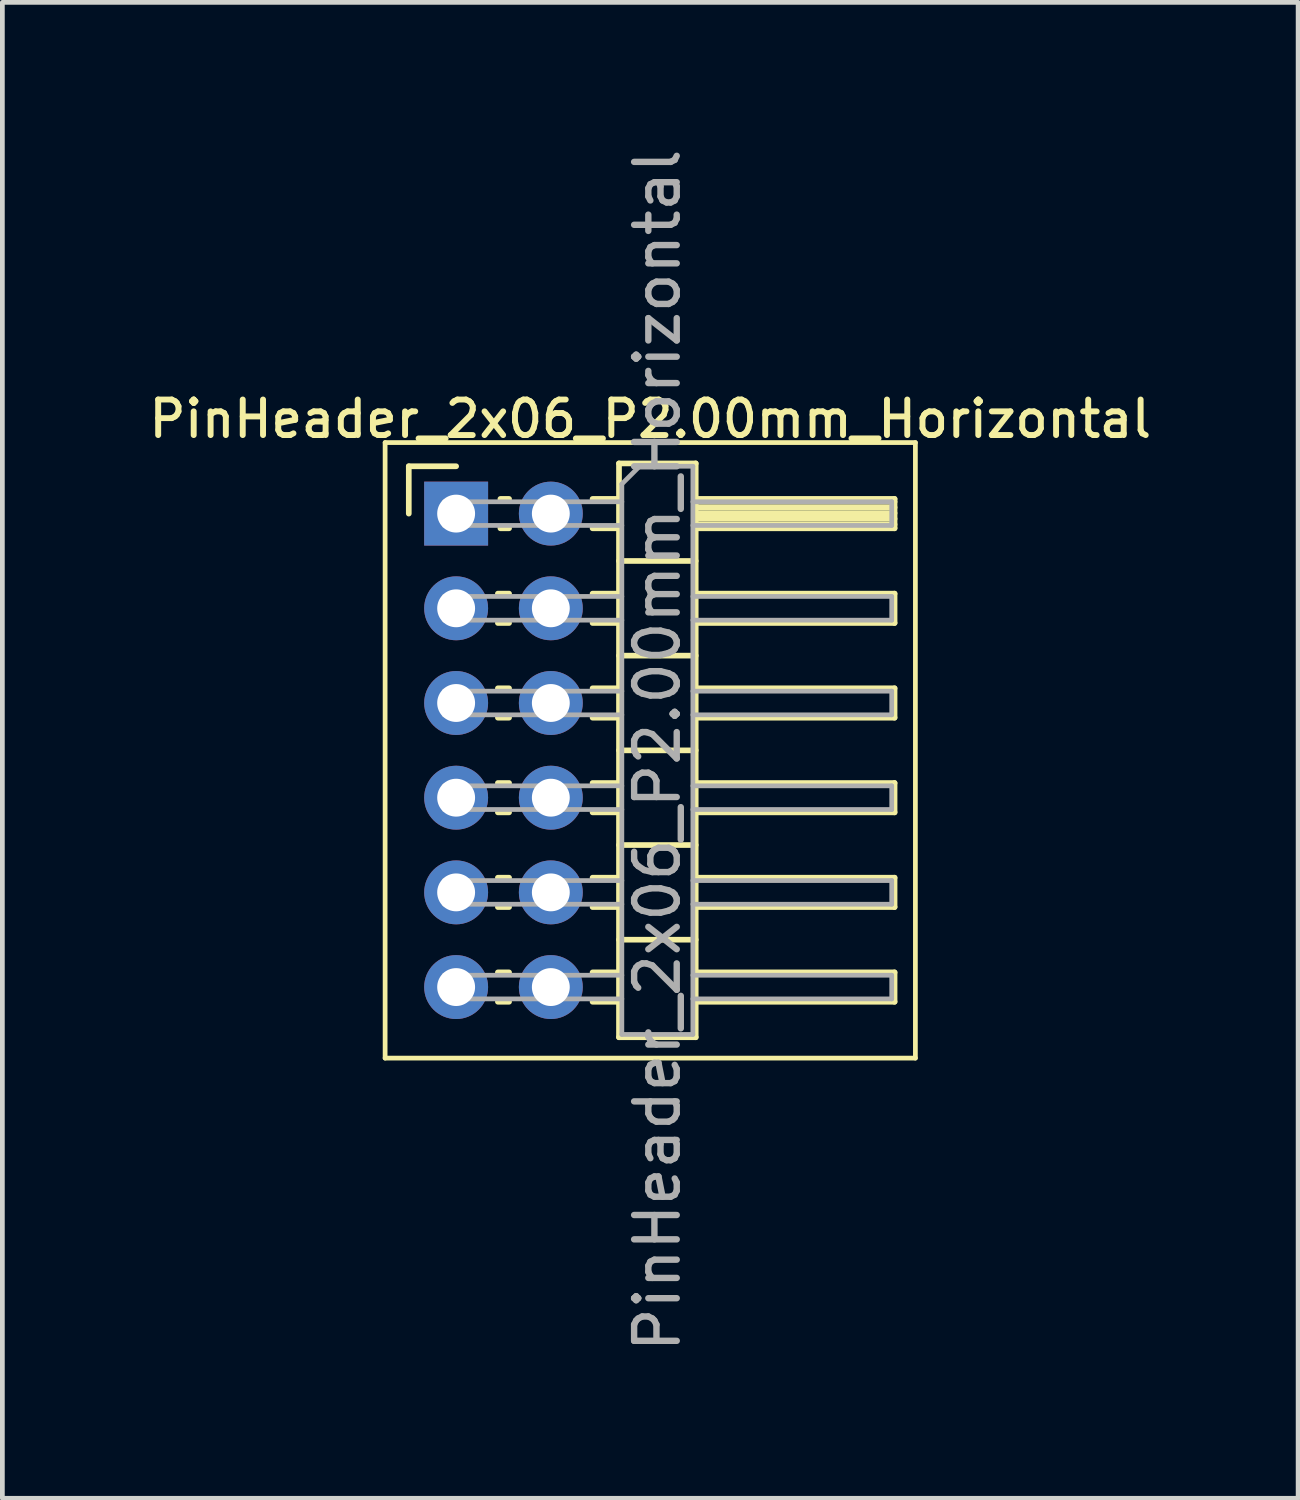
<source format=kicad_pcb>
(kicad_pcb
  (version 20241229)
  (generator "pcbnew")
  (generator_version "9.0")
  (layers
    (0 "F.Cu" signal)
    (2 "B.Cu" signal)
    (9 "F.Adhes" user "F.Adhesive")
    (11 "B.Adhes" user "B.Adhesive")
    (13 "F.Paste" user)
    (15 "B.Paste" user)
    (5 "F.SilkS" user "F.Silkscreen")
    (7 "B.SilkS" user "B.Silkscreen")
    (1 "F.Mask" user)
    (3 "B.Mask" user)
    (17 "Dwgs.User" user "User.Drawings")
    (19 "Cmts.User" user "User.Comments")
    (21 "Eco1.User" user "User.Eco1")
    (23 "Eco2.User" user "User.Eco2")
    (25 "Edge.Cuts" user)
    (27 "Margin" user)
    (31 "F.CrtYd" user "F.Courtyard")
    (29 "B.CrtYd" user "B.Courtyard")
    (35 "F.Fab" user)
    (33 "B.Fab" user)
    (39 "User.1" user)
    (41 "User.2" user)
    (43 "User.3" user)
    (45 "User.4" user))
  (footprint "PinHeader_2x06_P2.00mm_Horizontal"
    (layer "F.Cu")
    (at 6.584 7.798)
    (property "Reference" "PinHeader_2x06_P2.00mm_Horizontal" (at 4.1 -2 0) (layer "F.SilkS") (effects (font (size 0.75 0.75) (thickness 0.125))))
    (attr through_hole)
    (fp_line (start -1.5 -1.5) (end -1.5 11.5) (stroke (width 0.1) (type solid)) (layer "F.SilkS"))
    (fp_line (start -1.5 11.5) (end 9.7 11.5) (stroke (width 0.1) (type solid)) (layer "F.SilkS"))
    (fp_line (start -1 -1) (end 0 -1) (stroke (width 0.12) (type solid)) (layer "F.SilkS"))
    (fp_line (start -1 0) (end -1 -1) (stroke (width 0.12) (type solid)) (layer "F.SilkS"))
    (fp_line (start 0.882 1.69) (end 1.118 1.69) (stroke (width 0.12) (type solid)) (layer "F.SilkS"))
    (fp_line (start 0.882 2.31) (end 1.118 2.31) (stroke (width 0.12) (type solid)) (layer "F.SilkS"))
    (fp_line (start 0.882 3.69) (end 1.118 3.69) (stroke (width 0.12) (type solid)) (layer "F.SilkS"))
    (fp_line (start 0.882 4.31) (end 1.118 4.31) (stroke (width 0.12) (type solid)) (layer "F.SilkS"))
    (fp_line (start 0.882 5.69) (end 1.118 5.69) (stroke (width 0.12) (type solid)) (layer "F.SilkS"))
    (fp_line (start 0.882 6.31) (end 1.118 6.31) (stroke (width 0.12) (type solid)) (layer "F.SilkS"))
    (fp_line (start 0.882 7.69) (end 1.118 7.69) (stroke (width 0.12) (type solid)) (layer "F.SilkS"))
    (fp_line (start 0.882 8.31) (end 1.118 8.31) (stroke (width 0.12) (type solid)) (layer "F.SilkS"))
    (fp_line (start 0.882 9.69) (end 1.118 9.69) (stroke (width 0.12) (type solid)) (layer "F.SilkS"))
    (fp_line (start 0.882 10.31) (end 1.118 10.31) (stroke (width 0.12) (type solid)) (layer "F.SilkS"))
    (fp_line (start 0.935 -0.31) (end 1.118 -0.31) (stroke (width 0.12) (type solid)) (layer "F.SilkS"))
    (fp_line (start 0.935 0.31) (end 1.118 0.31) (stroke (width 0.12) (type solid)) (layer "F.SilkS"))
    (fp_line (start 2.882 -0.31) (end 3.44 -0.31) (stroke (width 0.12) (type solid)) (layer "F.SilkS"))
    (fp_line (start 2.882 0.31) (end 3.44 0.31) (stroke (width 0.12) (type solid)) (layer "F.SilkS"))
    (fp_line (start 2.882 1.69) (end 3.44 1.69) (stroke (width 0.12) (type solid)) (layer "F.SilkS"))
    (fp_line (start 2.882 2.31) (end 3.44 2.31) (stroke (width 0.12) (type solid)) (layer "F.SilkS"))
    (fp_line (start 2.882 3.69) (end 3.44 3.69) (stroke (width 0.12) (type solid)) (layer "F.SilkS"))
    (fp_line (start 2.882 4.31) (end 3.44 4.31) (stroke (width 0.12) (type solid)) (layer "F.SilkS"))
    (fp_line (start 2.882 5.69) (end 3.44 5.69) (stroke (width 0.12) (type solid)) (layer "F.SilkS"))
    (fp_line (start 2.882 6.31) (end 3.44 6.31) (stroke (width 0.12) (type solid)) (layer "F.SilkS"))
    (fp_line (start 2.882 7.69) (end 3.44 7.69) (stroke (width 0.12) (type solid)) (layer "F.SilkS"))
    (fp_line (start 2.882 8.31) (end 3.44 8.31) (stroke (width 0.12) (type solid)) (layer "F.SilkS"))
    (fp_line (start 2.882 9.69) (end 3.44 9.69) (stroke (width 0.12) (type solid)) (layer "F.SilkS"))
    (fp_line (start 2.882 10.31) (end 3.44 10.31) (stroke (width 0.12) (type solid)) (layer "F.SilkS"))
    (fp_line (start 3.44 -1.06) (end 3.44 11.06) (stroke (width 0.12) (type solid)) (layer "F.SilkS"))
    (fp_line (start 3.44 1) (end 5.06 1) (stroke (width 0.12) (type solid)) (layer "F.SilkS"))
    (fp_line (start 3.44 3) (end 5.06 3) (stroke (width 0.12) (type solid)) (layer "F.SilkS"))
    (fp_line (start 3.44 5) (end 5.06 5) (stroke (width 0.12) (type solid)) (layer "F.SilkS"))
    (fp_line (start 3.44 7) (end 5.06 7) (stroke (width 0.12) (type solid)) (layer "F.SilkS"))
    (fp_line (start 3.44 9) (end 5.06 9) (stroke (width 0.12) (type solid)) (layer "F.SilkS"))
    (fp_line (start 3.44 11.06) (end 5.06 11.06) (stroke (width 0.12) (type solid)) (layer "F.SilkS"))
    (fp_line (start 5.06 -1.06) (end 3.44 -1.06) (stroke (width 0.12) (type solid)) (layer "F.SilkS"))
    (fp_line (start 5.06 -0.31) (end 9.26 -0.31) (stroke (width 0.12) (type solid)) (layer "F.SilkS"))
    (fp_line (start 5.06 -0.25) (end 9.26 -0.25) (stroke (width 0.12) (type solid)) (layer "F.SilkS"))
    (fp_line (start 5.06 -0.13) (end 9.26 -0.13) (stroke (width 0.12) (type solid)) (layer "F.SilkS"))
    (fp_line (start 5.06 -0.01) (end 9.26 -0.01) (stroke (width 0.12) (type solid)) (layer "F.SilkS"))
    (fp_line (start 5.06 0.11) (end 9.26 0.11) (stroke (width 0.12) (type solid)) (layer "F.SilkS"))
    (fp_line (start 5.06 0.23) (end 9.26 0.23) (stroke (width 0.12) (type solid)) (layer "F.SilkS"))
    (fp_line (start 5.06 1.69) (end 9.26 1.69) (stroke (width 0.12) (type solid)) (layer "F.SilkS"))
    (fp_line (start 5.06 3.69) (end 9.26 3.69) (stroke (width 0.12) (type solid)) (layer "F.SilkS"))
    (fp_line (start 5.06 5.69) (end 9.26 5.69) (stroke (width 0.12) (type solid)) (layer "F.SilkS"))
    (fp_line (start 5.06 7.69) (end 9.26 7.69) (stroke (width 0.12) (type solid)) (layer "F.SilkS"))
    (fp_line (start 5.06 9.69) (end 9.26 9.69) (stroke (width 0.12) (type solid)) (layer "F.SilkS"))
    (fp_line (start 5.06 11.06) (end 5.06 -1.06) (stroke (width 0.12) (type solid)) (layer "F.SilkS"))
    (fp_line (start 9.26 -0.31) (end 9.26 0.31) (stroke (width 0.12) (type solid)) (layer "F.SilkS"))
    (fp_line (start 9.26 0.31) (end 5.06 0.31) (stroke (width 0.12) (type solid)) (layer "F.SilkS"))
    (fp_line (start 9.26 1.69) (end 9.26 2.31) (stroke (width 0.12) (type solid)) (layer "F.SilkS"))
    (fp_line (start 9.26 2.31) (end 5.06 2.31) (stroke (width 0.12) (type solid)) (layer "F.SilkS"))
    (fp_line (start 9.26 3.69) (end 9.26 4.31) (stroke (width 0.12) (type solid)) (layer "F.SilkS"))
    (fp_line (start 9.26 4.31) (end 5.06 4.31) (stroke (width 0.12) (type solid)) (layer "F.SilkS"))
    (fp_line (start 9.26 5.69) (end 9.26 6.31) (stroke (width 0.12) (type solid)) (layer "F.SilkS"))
    (fp_line (start 9.26 6.31) (end 5.06 6.31) (stroke (width 0.12) (type solid)) (layer "F.SilkS"))
    (fp_line (start 9.26 7.69) (end 9.26 8.31) (stroke (width 0.12) (type solid)) (layer "F.SilkS"))
    (fp_line (start 9.26 8.31) (end 5.06 8.31) (stroke (width 0.12) (type solid)) (layer "F.SilkS"))
    (fp_line (start 9.26 9.69) (end 9.26 10.31) (stroke (width 0.12) (type solid)) (layer "F.SilkS"))
    (fp_line (start 9.26 10.31) (end 5.06 10.31) (stroke (width 0.12) (type solid)) (layer "F.SilkS"))
    (fp_line (start 9.7 -1.5) (end -1.5 -1.5) (stroke (width 0.1) (type solid)) (layer "F.SilkS"))
    (fp_line (start 9.7 11.5) (end 9.7 -1.5) (stroke (width 0.1) (type solid)) (layer "F.SilkS"))
    (fp_line (start -0.25 -0.25) (end -0.25 0.25) (stroke (width 0.1) (type solid)) (layer "F.Fab"))
    (fp_line (start -0.25 -0.25) (end 3.5 -0.25) (stroke (width 0.1) (type solid)) (layer "F.Fab"))
    (fp_line (start -0.25 0.25) (end 3.5 0.25) (stroke (width 0.1) (type solid)) (layer "F.Fab"))
    (fp_line (start -0.25 1.75) (end -0.25 2.25) (stroke (width 0.1) (type solid)) (layer "F.Fab"))
    (fp_line (start -0.25 1.75) (end 3.5 1.75) (stroke (width 0.1) (type solid)) (layer "F.Fab"))
    (fp_line (start -0.25 2.25) (end 3.5 2.25) (stroke (width 0.1) (type solid)) (layer "F.Fab"))
    (fp_line (start -0.25 3.75) (end -0.25 4.25) (stroke (width 0.1) (type solid)) (layer "F.Fab"))
    (fp_line (start -0.25 3.75) (end 3.5 3.75) (stroke (width 0.1) (type solid)) (layer "F.Fab"))
    (fp_line (start -0.25 4.25) (end 3.5 4.25) (stroke (width 0.1) (type solid)) (layer "F.Fab"))
    (fp_line (start -0.25 5.75) (end -0.25 6.25) (stroke (width 0.1) (type solid)) (layer "F.Fab"))
    (fp_line (start -0.25 5.75) (end 3.5 5.75) (stroke (width 0.1) (type solid)) (layer "F.Fab"))
    (fp_line (start -0.25 6.25) (end 3.5 6.25) (stroke (width 0.1) (type solid)) (layer "F.Fab"))
    (fp_line (start -0.25 7.75) (end -0.25 8.25) (stroke (width 0.1) (type solid)) (layer "F.Fab"))
    (fp_line (start -0.25 7.75) (end 3.5 7.75) (stroke (width 0.1) (type solid)) (layer "F.Fab"))
    (fp_line (start -0.25 8.25) (end 3.5 8.25) (stroke (width 0.1) (type solid)) (layer "F.Fab"))
    (fp_line (start -0.25 9.75) (end -0.25 10.25) (stroke (width 0.1) (type solid)) (layer "F.Fab"))
    (fp_line (start -0.25 9.75) (end 3.5 9.75) (stroke (width 0.1) (type solid)) (layer "F.Fab"))
    (fp_line (start -0.25 10.25) (end 3.5 10.25) (stroke (width 0.1) (type solid)) (layer "F.Fab"))
    (fp_line (start 3.5 -0.625) (end 3.875 -1) (stroke (width 0.1) (type solid)) (layer "F.Fab"))
    (fp_line (start 3.5 11) (end 3.5 -0.625) (stroke (width 0.1) (type solid)) (layer "F.Fab"))
    (fp_line (start 3.875 -1) (end 5 -1) (stroke (width 0.1) (type solid)) (layer "F.Fab"))
    (fp_line (start 5 -1) (end 5 11) (stroke (width 0.1) (type solid)) (layer "F.Fab"))
    (fp_line (start 5 -0.25) (end 9.2 -0.25) (stroke (width 0.1) (type solid)) (layer "F.Fab"))
    (fp_line (start 5 0.25) (end 9.2 0.25) (stroke (width 0.1) (type solid)) (layer "F.Fab"))
    (fp_line (start 5 1.75) (end 9.2 1.75) (stroke (width 0.1) (type solid)) (layer "F.Fab"))
    (fp_line (start 5 2.25) (end 9.2 2.25) (stroke (width 0.1) (type solid)) (layer "F.Fab"))
    (fp_line (start 5 3.75) (end 9.2 3.75) (stroke (width 0.1) (type solid)) (layer "F.Fab"))
    (fp_line (start 5 4.25) (end 9.2 4.25) (stroke (width 0.1) (type solid)) (layer "F.Fab"))
    (fp_line (start 5 5.75) (end 9.2 5.75) (stroke (width 0.1) (type solid)) (layer "F.Fab"))
    (fp_line (start 5 6.25) (end 9.2 6.25) (stroke (width 0.1) (type solid)) (layer "F.Fab"))
    (fp_line (start 5 7.75) (end 9.2 7.75) (stroke (width 0.1) (type solid)) (layer "F.Fab"))
    (fp_line (start 5 8.25) (end 9.2 8.25) (stroke (width 0.1) (type solid)) (layer "F.Fab"))
    (fp_line (start 5 9.75) (end 9.2 9.75) (stroke (width 0.1) (type solid)) (layer "F.Fab"))
    (fp_line (start 5 10.25) (end 9.2 10.25) (stroke (width 0.1) (type solid)) (layer "F.Fab"))
    (fp_line (start 5 11) (end 3.5 11) (stroke (width 0.1) (type solid)) (layer "F.Fab"))
    (fp_line (start 9.2 -0.25) (end 9.2 0.25) (stroke (width 0.1) (type solid)) (layer "F.Fab"))
    (fp_line (start 9.2 1.75) (end 9.2 2.25) (stroke (width 0.1) (type solid)) (layer "F.Fab"))
    (fp_line (start 9.2 3.75) (end 9.2 4.25) (stroke (width 0.1) (type solid)) (layer "F.Fab"))
    (fp_line (start 9.2 5.75) (end 9.2 6.25) (stroke (width 0.1) (type solid)) (layer "F.Fab"))
    (fp_line (start 9.2 7.75) (end 9.2 8.25) (stroke (width 0.1) (type solid)) (layer "F.Fab"))
    (fp_line (start 9.2 9.75) (end 9.2 10.25) (stroke (width 0.1) (type solid)) (layer "F.Fab"))
    (fp_text user "${REFERENCE}" (at 4.25 5 90) (layer "F.Fab") (effects (font (size 0.9 0.9) (thickness 0.135))))
    (pad "1" thru_hole rect (at 0 0) (size 1.35 1.35) (drill 0.8) (layers "*.Cu" "*.Mask"))
    (pad "2" thru_hole oval (at 2 0) (size 1.35 1.35) (drill 0.8) (layers "*.Cu" "*.Mask"))
    (pad "3" thru_hole oval (at 0 2) (size 1.35 1.35) (drill 0.8) (layers "*.Cu" "*.Mask"))
    (pad "4" thru_hole oval (at 2 2) (size 1.35 1.35) (drill 0.8) (layers "*.Cu" "*.Mask"))
    (pad "5" thru_hole oval (at 0 4) (size 1.35 1.35) (drill 0.8) (layers "*.Cu" "*.Mask"))
    (pad "6" thru_hole oval (at 2 4) (size 1.35 1.35) (drill 0.8) (layers "*.Cu" "*.Mask"))
    (pad "7" thru_hole oval (at 0 6) (size 1.35 1.35) (drill 0.8) (layers "*.Cu" "*.Mask"))
    (pad "8" thru_hole oval (at 2 6) (size 1.35 1.35) (drill 0.8) (layers "*.Cu" "*.Mask"))
    (pad "9" thru_hole oval (at 0 8) (size 1.35 1.35) (drill 0.8) (layers "*.Cu" "*.Mask"))
    (pad "10" thru_hole oval (at 2 8) (size 1.35 1.35) (drill 0.8) (layers "*.Cu" "*.Mask"))
    (pad "11" thru_hole oval (at 0 10) (size 1.35 1.35) (drill 0.8) (layers "*.Cu" "*.Mask"))
    (pad "12" thru_hole oval (at 2 10) (size 1.35 1.35) (drill 0.8) (layers "*.Cu" "*.Mask")))
  (gr_rect
    (start -3 -3)
    (end 24.368 28.596)
    (stroke (width 0.1) (type default))
    (fill no)
    (layer "Edge.Cuts")))
</source>
